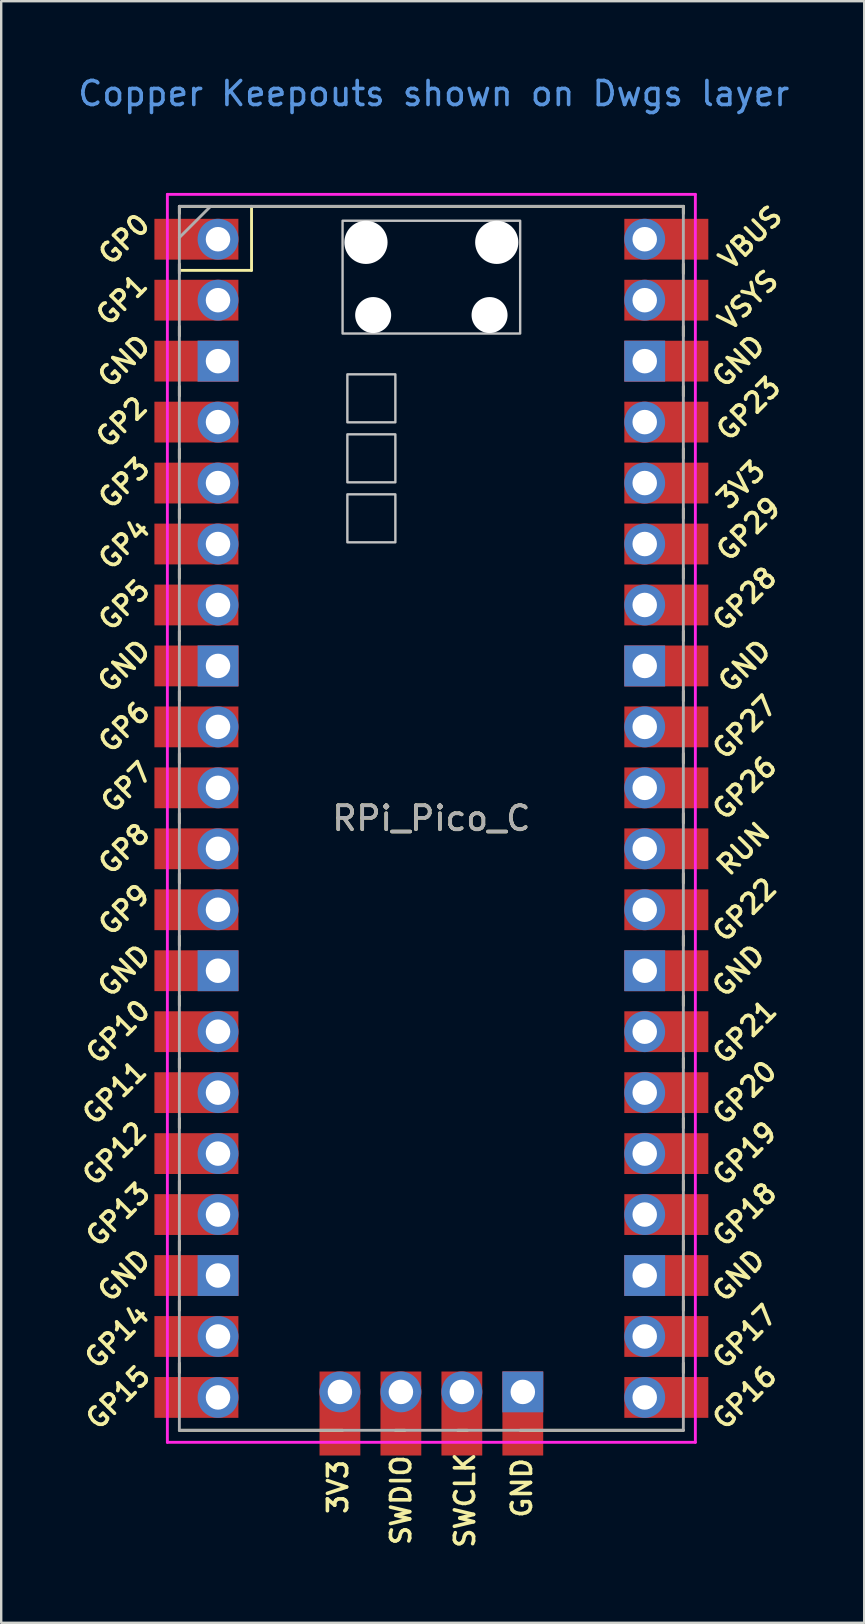
<source format=kicad_pcb>
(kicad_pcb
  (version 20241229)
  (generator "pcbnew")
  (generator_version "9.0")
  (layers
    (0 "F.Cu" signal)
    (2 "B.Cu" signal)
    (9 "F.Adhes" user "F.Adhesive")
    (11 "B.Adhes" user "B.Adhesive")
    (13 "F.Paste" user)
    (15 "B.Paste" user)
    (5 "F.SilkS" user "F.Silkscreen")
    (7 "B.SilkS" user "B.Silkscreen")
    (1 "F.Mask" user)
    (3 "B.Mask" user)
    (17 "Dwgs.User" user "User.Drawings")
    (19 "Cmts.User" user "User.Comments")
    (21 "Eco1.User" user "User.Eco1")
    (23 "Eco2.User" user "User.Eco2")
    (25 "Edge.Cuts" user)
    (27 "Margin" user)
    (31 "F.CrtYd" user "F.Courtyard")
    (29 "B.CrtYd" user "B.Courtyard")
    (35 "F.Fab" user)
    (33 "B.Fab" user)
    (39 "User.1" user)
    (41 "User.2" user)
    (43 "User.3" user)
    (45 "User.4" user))
  (footprint "RPi_Pico_C"
    (layer "F.Cu")
    (at 14.924 31.048)
    (property "Reference" "RPi_Pico_C" (at 0 0 0) (layer "F.SilkS") (effects (font (size 1 1) (thickness 0.15))))
    (attr through_hole)
    (fp_line (start -10.5 -25.5) (end -10.5 -25.2) (stroke (width 0.12) (type solid)) (layer "F.SilkS"))
    (fp_line (start -10.5 -25.5) (end 10.5 -25.5) (stroke (width 0.12) (type solid)) (layer "F.SilkS"))
    (fp_line (start -10.5 -23.1) (end -10.5 -22.7) (stroke (width 0.12) (type solid)) (layer "F.SilkS"))
    (fp_line (start -10.5 -22.833) (end -7.493 -22.833) (stroke (width 0.12) (type solid)) (layer "F.SilkS"))
    (fp_line (start -10.5 -20.5) (end -10.5 -20.1) (stroke (width 0.12) (type solid)) (layer "F.SilkS"))
    (fp_line (start -10.5 -18) (end -10.5 -17.6) (stroke (width 0.12) (type solid)) (layer "F.SilkS"))
    (fp_line (start -10.5 -15.4) (end -10.5 -15) (stroke (width 0.12) (type solid)) (layer "F.SilkS"))
    (fp_line (start -10.5 -12.9) (end -10.5 -12.5) (stroke (width 0.12) (type solid)) (layer "F.SilkS"))
    (fp_line (start -10.5 -10.4) (end -10.5 -10) (stroke (width 0.12) (type solid)) (layer "F.SilkS"))
    (fp_line (start -10.5 -7.8) (end -10.5 -7.4) (stroke (width 0.12) (type solid)) (layer "F.SilkS"))
    (fp_line (start -10.5 -5.3) (end -10.5 -4.9) (stroke (width 0.12) (type solid)) (layer "F.SilkS"))
    (fp_line (start -10.5 -2.7) (end -10.5 -2.3) (stroke (width 0.12) (type solid)) (layer "F.SilkS"))
    (fp_line (start -10.5 -0.2) (end -10.5 0.2) (stroke (width 0.12) (type solid)) (layer "F.SilkS"))
    (fp_line (start -10.5 2.3) (end -10.5 2.7) (stroke (width 0.12) (type solid)) (layer "F.SilkS"))
    (fp_line (start -10.5 4.9) (end -10.5 5.3) (stroke (width 0.12) (type solid)) (layer "F.SilkS"))
    (fp_line (start -10.5 7.4) (end -10.5 7.8) (stroke (width 0.12) (type solid)) (layer "F.SilkS"))
    (fp_line (start -10.5 10) (end -10.5 10.4) (stroke (width 0.12) (type solid)) (layer "F.SilkS"))
    (fp_line (start -10.5 12.5) (end -10.5 12.9) (stroke (width 0.12) (type solid)) (layer "F.SilkS"))
    (fp_line (start -10.5 15.1) (end -10.5 15.5) (stroke (width 0.12) (type solid)) (layer "F.SilkS"))
    (fp_line (start -10.5 17.6) (end -10.5 18) (stroke (width 0.12) (type solid)) (layer "F.SilkS"))
    (fp_line (start -10.5 20.1) (end -10.5 20.5) (stroke (width 0.12) (type solid)) (layer "F.SilkS"))
    (fp_line (start -10.5 22.7) (end -10.5 23.1) (stroke (width 0.12) (type solid)) (layer "F.SilkS"))
    (fp_line (start -7.493 -22.833) (end -7.493 -25.5) (stroke (width 0.12) (type solid)) (layer "F.SilkS"))
    (fp_line (start -3.7 25.5) (end -10.5 25.5) (stroke (width 0.12) (type solid)) (layer "F.SilkS"))
    (fp_line (start -1.5 25.5) (end -1.1 25.5) (stroke (width 0.12) (type solid)) (layer "F.SilkS"))
    (fp_line (start 1.1 25.5) (end 1.5 25.5) (stroke (width 0.12) (type solid)) (layer "F.SilkS"))
    (fp_line (start 10.5 -25.5) (end 10.5 -25.2) (stroke (width 0.12) (type solid)) (layer "F.SilkS"))
    (fp_line (start 10.5 -23.1) (end 10.5 -22.7) (stroke (width 0.12) (type solid)) (layer "F.SilkS"))
    (fp_line (start 10.5 -20.5) (end 10.5 -20.1) (stroke (width 0.12) (type solid)) (layer "F.SilkS"))
    (fp_line (start 10.5 -18) (end 10.5 -17.6) (stroke (width 0.12) (type solid)) (layer "F.SilkS"))
    (fp_line (start 10.5 -15.4) (end 10.5 -15) (stroke (width 0.12) (type solid)) (layer "F.SilkS"))
    (fp_line (start 10.5 -12.9) (end 10.5 -12.5) (stroke (width 0.12) (type solid)) (layer "F.SilkS"))
    (fp_line (start 10.5 -10.4) (end 10.5 -10) (stroke (width 0.12) (type solid)) (layer "F.SilkS"))
    (fp_line (start 10.5 -7.8) (end 10.5 -7.4) (stroke (width 0.12) (type solid)) (layer "F.SilkS"))
    (fp_line (start 10.5 -5.3) (end 10.5 -4.9) (stroke (width 0.12) (type solid)) (layer "F.SilkS"))
    (fp_line (start 10.5 -2.7) (end 10.5 -2.3) (stroke (width 0.12) (type solid)) (layer "F.SilkS"))
    (fp_line (start 10.5 -0.2) (end 10.5 0.2) (stroke (width 0.12) (type solid)) (layer "F.SilkS"))
    (fp_line (start 10.5 2.3) (end 10.5 2.7) (stroke (width 0.12) (type solid)) (layer "F.SilkS"))
    (fp_line (start 10.5 4.9) (end 10.5 5.3) (stroke (width 0.12) (type solid)) (layer "F.SilkS"))
    (fp_line (start 10.5 7.4) (end 10.5 7.8) (stroke (width 0.12) (type solid)) (layer "F.SilkS"))
    (fp_line (start 10.5 10) (end 10.5 10.4) (stroke (width 0.12) (type solid)) (layer "F.SilkS"))
    (fp_line (start 10.5 12.5) (end 10.5 12.9) (stroke (width 0.12) (type solid)) (layer "F.SilkS"))
    (fp_line (start 10.5 15.1) (end 10.5 15.5) (stroke (width 0.12) (type solid)) (layer "F.SilkS"))
    (fp_line (start 10.5 17.6) (end 10.5 18) (stroke (width 0.12) (type solid)) (layer "F.SilkS"))
    (fp_line (start 10.5 20.1) (end 10.5 20.5) (stroke (width 0.12) (type solid)) (layer "F.SilkS"))
    (fp_line (start 10.5 22.7) (end 10.5 23.1) (stroke (width 0.12) (type solid)) (layer "F.SilkS"))
    (fp_line (start 10.5 25.5) (end 3.7 25.5) (stroke (width 0.12) (type solid)) (layer "F.SilkS"))
    (fp_poly (pts (xy -1.5 -16.5) (xy -3.5 -16.5) (xy -3.5 -18.5) (xy -1.5 -18.5)) (stroke (width 0.1) (type solid)) (fill no) (layer "Dwgs.User"))
    (fp_poly (pts (xy -1.5 -14) (xy -3.5 -14) (xy -3.5 -16) (xy -1.5 -16)) (stroke (width 0.1) (type solid)) (fill no) (layer "Dwgs.User"))
    (fp_poly (pts (xy -1.5 -11.5) (xy -3.5 -11.5) (xy -3.5 -13.5) (xy -1.5 -13.5)) (stroke (width 0.1) (type solid)) (fill no) (layer "Dwgs.User"))
    (fp_poly (pts (xy 3.7 -20.2) (xy -3.7 -20.2) (xy -3.7 -24.9) (xy 3.7 -24.9)) (stroke (width 0.1) (type solid)) (fill no) (layer "Dwgs.User"))
    (fp_line (start -11 -26) (end 11 -26) (stroke (width 0.12) (type solid)) (layer "F.CrtYd"))
    (fp_line (start -11 26) (end -11 -26) (stroke (width 0.12) (type solid)) (layer "F.CrtYd"))
    (fp_line (start 11 -26) (end 11 26) (stroke (width 0.12) (type solid)) (layer "F.CrtYd"))
    (fp_line (start 11 26) (end -11 26) (stroke (width 0.12) (type solid)) (layer "F.CrtYd"))
    (fp_line (start -10.5 -25.5) (end 10.5 -25.5) (stroke (width 0.12) (type solid)) (layer "F.Fab"))
    (fp_line (start -10.5 -24.2) (end -9.2 -25.5) (stroke (width 0.12) (type solid)) (layer "F.Fab"))
    (fp_line (start -10.5 25.5) (end -10.5 -25.5) (stroke (width 0.12) (type solid)) (layer "F.Fab"))
    (fp_line (start 10.5 -25.5) (end 10.5 25.5) (stroke (width 0.12) (type solid)) (layer "F.Fab"))
    (fp_line (start 10.5 25.5) (end -10.5 25.5) (stroke (width 0.12) (type solid)) (layer "F.Fab"))
    (fp_text user "GP0" (at -12.8 -24.13 45) (layer "F.SilkS") (effects (font (size 0.8 0.8) (thickness 0.15))))
    (fp_text user "GP16" (at 13.054 24.13 45) (layer "F.SilkS") (effects (font (size 0.8 0.8) (thickness 0.15))))
    (fp_text user "SWDIO" (at -1.266 28.413 270) (layer "F.SilkS") (effects (font (size 0.8 0.8) (thickness 0.15))))
    (fp_text user "GP23" (at 13.216 -17.074 45) (layer "F.SilkS") (effects (font (size 0.8 0.8) (thickness 0.15))))
    (fp_text user "RUN" (at 13 1.27 45) (layer "F.SilkS") (effects (font (size 0.8 0.8) (thickness 0.15))))
    (fp_text user "VSYS" (at 13.2 -21.59 45) (layer "F.SilkS") (effects (font (size 0.8 0.8) (thickness 0.15))))
    (fp_text user "GP4" (at -12.8 -11.43 45) (layer "F.SilkS") (effects (font (size 0.8 0.8) (thickness 0.15))))
    (fp_text user "GP21" (at 13.054 8.9 45) (layer "F.SilkS") (effects (font (size 0.8 0.8) (thickness 0.15))))
    (fp_text user "VBUS" (at 13.3 -24.2 45) (layer "F.SilkS") (effects (font (size 0.8 0.8) (thickness 0.15))))
    (fp_text user "GP15" (at -13.054 24.13 45) (layer "F.SilkS") (effects (font (size 0.8 0.8) (thickness 0.15))))
    (fp_text user "3V3" (at -3.894 27.86 90) (layer "F.SilkS") (effects (font (size 0.8 0.8) (thickness 0.15))))
    (fp_text user "GP2" (at -12.9 -16.51 45) (layer "F.SilkS") (effects (font (size 0.8 0.8) (thickness 0.15))))
    (fp_text user "GND" (at -12.8 19.05 45) (layer "F.SilkS") (effects (font (size 0.8 0.8) (thickness 0.15))))
    (fp_text user "3V3" (at 12.9 -13.9 45) (layer "F.SilkS") (effects (font (size 0.8 0.8) (thickness 0.15))))
    (fp_text user "GP6" (at -12.8 -3.81 45) (layer "F.SilkS") (effects (font (size 0.8 0.8) (thickness 0.15))))
    (fp_text user "GND" (at -12.8 -19.05 45) (layer "F.SilkS") (effects (font (size 0.8 0.8) (thickness 0.15))))
    (fp_text user "GND" (at 12.8 -19.05 45) (layer "F.SilkS") (effects (font (size 0.8 0.8) (thickness 0.15))))
    (fp_text user "GP26" (at 13.054 -1.27 45) (layer "F.SilkS") (effects (font (size 0.8 0.8) (thickness 0.15))))
    (fp_text user "GP1" (at -12.9 -21.6 45) (layer "F.SilkS") (effects (font (size 0.8 0.8) (thickness 0.15))))
    (fp_text user "GP14" (at -13.1 21.59 45) (layer "F.SilkS") (effects (font (size 0.8 0.8) (thickness 0.15))))
    (fp_text user "GP22" (at 13.054 3.81 45) (layer "F.SilkS") (effects (font (size 0.8 0.8) (thickness 0.15))))
    (fp_text user "GP20" (at 13.054 11.43 45) (layer "F.SilkS") (effects (font (size 0.8 0.8) (thickness 0.15))))
    (fp_text user "GND" (at 12.8 6.35 45) (layer "F.SilkS") (effects (font (size 0.8 0.8) (thickness 0.15))))
    (fp_text user "GP11" (at -13.2 11.43 45) (layer "F.SilkS") (effects (font (size 0.8 0.8) (thickness 0.15))))
    (fp_text user "GP17" (at 13.054 21.59 45) (layer "F.SilkS") (effects (font (size 0.8 0.8) (thickness 0.15))))
    (fp_text user "GP19" (at 13.054 13.97 45) (layer "F.SilkS") (effects (font (size 0.8 0.8) (thickness 0.15))))
    (fp_text user "GP28" (at 13.054 -9.144 45) (layer "F.SilkS") (effects (font (size 0.8 0.8) (thickness 0.15))))
    (fp_text user "GND" (at 13.054 -6.35 45) (layer "F.SilkS") (effects (font (size 0.8 0.8) (thickness 0.15))))
    (fp_text user "GP27" (at 13.054 -3.8 45) (layer "F.SilkS") (effects (font (size 0.8 0.8) (thickness 0.15))))
    (fp_text user "GND" (at -12.8 6.35 45) (layer "F.SilkS") (effects (font (size 0.8 0.8) (thickness 0.15))))
    (fp_text user "GP8" (at -12.8 1.27 45) (layer "F.SilkS") (effects (font (size 0.8 0.8) (thickness 0.15))))
    (fp_text user "SWCLK" (at 1.396 28.413 90) (layer "F.SilkS") (effects (font (size 0.8 0.8) (thickness 0.15))))
    (fp_text user "GP13" (at -13.054 16.51 45) (layer "F.SilkS") (effects (font (size 0.8 0.8) (thickness 0.15))))
    (fp_text user "GP12" (at -13.2 13.97 45) (layer "F.SilkS") (effects (font (size 0.8 0.8) (thickness 0.15))))
    (fp_text user "GP3" (at -12.8 -13.97 45) (layer "F.SilkS") (effects (font (size 0.8 0.8) (thickness 0.15))))
    (fp_text user "GP7" (at -12.7 -1.3 45) (layer "F.SilkS") (effects (font (size 0.8 0.8) (thickness 0.15))))
    (fp_text user "GND" (at 12.8 19.05 45) (layer "F.SilkS") (effects (font (size 0.8 0.8) (thickness 0.15))))
    (fp_text user "GP9" (at -12.8 3.81 45) (layer "F.SilkS") (effects (font (size 0.8 0.8) (thickness 0.15))))
    (fp_text user "GP18" (at 13.054 16.51 45) (layer "F.SilkS") (effects (font (size 0.8 0.8) (thickness 0.15))))
    (fp_text user "GP10" (at -13.054 8.89 45) (layer "F.SilkS") (effects (font (size 0.8 0.8) (thickness 0.15))))
    (fp_text user "GND" (at -12.8 -6.35 45) (layer "F.SilkS") (effects (font (size 0.8 0.8) (thickness 0.15))))
    (fp_text user "GP5" (at -12.8 -8.89 45) (layer "F.SilkS") (effects (font (size 0.8 0.8) (thickness 0.15))))
    (fp_text user "GND" (at 3.768 27.902 90) (layer "F.SilkS") (effects (font (size 0.8 0.8) (thickness 0.15))))
    (fp_text user "GP29" (at 13.216 -12.053 45) (layer "F.SilkS") (effects (font (size 0.8 0.8) (thickness 0.15))))
    (fp_text user "Copper Keepouts shown on Dwgs layer" (at 0.1 -30.2 0) (layer "Cmts.User") (effects (font (size 1 1) (thickness 0.15))))
    (fp_text user "${REFERENCE}" (at 0 0 180) (layer "F.Fab") (effects (font (size 1 1) (thickness 0.15))))
    (pad "" np_thru_hole oval (at -2.725 -24) (size 1.8 1.8) (drill 1.8) (layers "*.Cu" "*.Mask"))
    (pad "" np_thru_hole oval (at -2.425 -20.97) (size 1.5 1.5) (drill 1.5) (layers "*.Cu" "*.Mask"))
    (pad "" np_thru_hole oval (at 2.425 -20.97) (size 1.5 1.5) (drill 1.5) (layers "*.Cu" "*.Mask"))
    (pad "" np_thru_hole oval (at 2.725 -24) (size 1.8 1.8) (drill 1.8) (layers "*.Cu" "*.Mask"))
    (pad "1" thru_hole oval (at -8.89 -24.13) (size 1.7 1.7) (drill 1.02) (layers "*.Cu" "*.Mask"))
    (pad "1" smd rect (at -8.89 -24.13) (size 3.5 1.7) (drill (offset -0.9 0)) (layers "F.Cu" "F.Mask"))
    (pad "2" thru_hole oval (at -8.89 -21.59) (size 1.7 1.7) (drill 1.02) (layers "*.Cu" "*.Mask"))
    (pad "2" smd rect (at -8.89 -21.59) (size 3.5 1.7) (drill (offset -0.9 0)) (layers "F.Cu" "F.Mask"))
    (pad "3" thru_hole rect (at -8.89 -19.05) (size 1.7 1.7) (drill 1.02) (layers "*.Cu" "*.Mask"))
    (pad "3" smd rect (at -8.89 -19.05) (size 3.5 1.7) (drill (offset -0.9 0)) (layers "F.Cu" "F.Mask"))
    (pad "4" thru_hole oval (at -8.89 -16.51) (size 1.7 1.7) (drill 1.02) (layers "*.Cu" "*.Mask"))
    (pad "4" smd rect (at -8.89 -16.51) (size 3.5 1.7) (drill (offset -0.9 0)) (layers "F.Cu" "F.Mask"))
    (pad "5" thru_hole oval (at -8.89 -13.97) (size 1.7 1.7) (drill 1.02) (layers "*.Cu" "*.Mask"))
    (pad "5" smd rect (at -8.89 -13.97) (size 3.5 1.7) (drill (offset -0.9 0)) (layers "F.Cu" "F.Mask"))
    (pad "6" thru_hole oval (at -8.89 -11.43) (size 1.7 1.7) (drill 1.02) (layers "*.Cu" "*.Mask"))
    (pad "6" smd rect (at -8.89 -11.43) (size 3.5 1.7) (drill (offset -0.9 0)) (layers "F.Cu" "F.Mask"))
    (pad "7" thru_hole oval (at -8.89 -8.89) (size 1.7 1.7) (drill 1.02) (layers "*.Cu" "*.Mask"))
    (pad "7" smd rect (at -8.89 -8.89) (size 3.5 1.7) (drill (offset -0.9 0)) (layers "F.Cu" "F.Mask"))
    (pad "8" thru_hole rect (at -8.89 -6.35) (size 1.7 1.7) (drill 1.02) (layers "*.Cu" "*.Mask"))
    (pad "8" smd rect (at -8.89 -6.35) (size 3.5 1.7) (drill (offset -0.9 0)) (layers "F.Cu" "F.Mask"))
    (pad "9" thru_hole oval (at -8.89 -3.81) (size 1.7 1.7) (drill 1.02) (layers "*.Cu" "*.Mask"))
    (pad "9" smd rect (at -8.89 -3.81) (size 3.5 1.7) (drill (offset -0.9 0)) (layers "F.Cu" "F.Mask"))
    (pad "10" thru_hole oval (at -8.89 -1.27) (size 1.7 1.7) (drill 1.02) (layers "*.Cu" "*.Mask"))
    (pad "10" smd rect (at -8.89 -1.27) (size 3.5 1.7) (drill (offset -0.9 0)) (layers "F.Cu" "F.Mask"))
    (pad "11" thru_hole oval (at -8.89 1.27) (size 1.7 1.7) (drill 1.02) (layers "*.Cu" "*.Mask"))
    (pad "11" smd rect (at -8.89 1.27) (size 3.5 1.7) (drill (offset -0.9 0)) (layers "F.Cu" "F.Mask"))
    (pad "12" thru_hole oval (at -8.89 3.81) (size 1.7 1.7) (drill 1.02) (layers "*.Cu" "*.Mask"))
    (pad "12" smd rect (at -8.89 3.81) (size 3.5 1.7) (drill (offset -0.9 0)) (layers "F.Cu" "F.Mask"))
    (pad "13" thru_hole rect (at -8.89 6.35) (size 1.7 1.7) (drill 1.02) (layers "*.Cu" "*.Mask"))
    (pad "13" smd rect (at -8.89 6.35) (size 3.5 1.7) (drill (offset -0.9 0)) (layers "F.Cu" "F.Mask"))
    (pad "14" thru_hole oval (at -8.89 8.89) (size 1.7 1.7) (drill 1.02) (layers "*.Cu" "*.Mask"))
    (pad "14" smd rect (at -8.89 8.89) (size 3.5 1.7) (drill (offset -0.9 0)) (layers "F.Cu" "F.Mask"))
    (pad "15" thru_hole oval (at -8.89 11.43) (size 1.7 1.7) (drill 1.02) (layers "*.Cu" "*.Mask"))
    (pad "15" smd rect (at -8.89 11.43) (size 3.5 1.7) (drill (offset -0.9 0)) (layers "F.Cu" "F.Mask"))
    (pad "16" thru_hole oval (at -8.89 13.97) (size 1.7 1.7) (drill 1.02) (layers "*.Cu" "*.Mask"))
    (pad "16" smd rect (at -8.89 13.97) (size 3.5 1.7) (drill (offset -0.9 0)) (layers "F.Cu" "F.Mask"))
    (pad "17" thru_hole oval (at -8.89 16.51) (size 1.7 1.7) (drill 1.02) (layers "*.Cu" "*.Mask"))
    (pad "17" smd rect (at -8.89 16.51) (size 3.5 1.7) (drill (offset -0.9 0)) (layers "F.Cu" "F.Mask"))
    (pad "18" thru_hole rect (at -8.89 19.05) (size 1.7 1.7) (drill 1.02) (layers "*.Cu" "*.Mask"))
    (pad "18" smd rect (at -8.89 19.05) (size 3.5 1.7) (drill (offset -0.9 0)) (layers "F.Cu" "F.Mask"))
    (pad "19" thru_hole oval (at -8.89 21.59) (size 1.7 1.7) (drill 1.02) (layers "*.Cu" "*.Mask"))
    (pad "19" smd rect (at -8.89 21.59) (size 3.5 1.7) (drill (offset -0.9 0)) (layers "F.Cu" "F.Mask"))
    (pad "20" thru_hole oval (at -8.89 24.13) (size 1.7 1.7) (drill 1.02) (layers "*.Cu" "*.Mask"))
    (pad "20" smd rect (at -8.89 24.13) (size 3.5 1.7) (drill (offset -0.9 0)) (layers "F.Cu" "F.Mask"))
    (pad "21" thru_hole oval (at 8.89 24.13) (size 1.7 1.7) (drill 1.02) (layers "*.Cu" "*.Mask"))
    (pad "21" smd rect (at 8.89 24.13) (size 3.5 1.7) (drill (offset 0.9 0)) (layers "F.Cu" "F.Mask"))
    (pad "22" thru_hole oval (at 8.89 21.59) (size 1.7 1.7) (drill 1.02) (layers "*.Cu" "*.Mask"))
    (pad "22" smd rect (at 8.89 21.59) (size 3.5 1.7) (drill (offset 0.9 0)) (layers "F.Cu" "F.Mask"))
    (pad "23" thru_hole rect (at 8.89 19.05) (size 1.7 1.7) (drill 1.02) (layers "*.Cu" "*.Mask"))
    (pad "23" smd rect (at 8.89 19.05) (size 3.5 1.7) (drill (offset 0.9 0)) (layers "F.Cu" "F.Mask"))
    (pad "24" thru_hole oval (at 8.89 16.51) (size 1.7 1.7) (drill 1.02) (layers "*.Cu" "*.Mask"))
    (pad "24" smd rect (at 8.89 16.51) (size 3.5 1.7) (drill (offset 0.9 0)) (layers "F.Cu" "F.Mask"))
    (pad "25" thru_hole oval (at 8.89 13.97) (size 1.7 1.7) (drill 1.02) (layers "*.Cu" "*.Mask"))
    (pad "25" smd rect (at 8.89 13.97) (size 3.5 1.7) (drill (offset 0.9 0)) (layers "F.Cu" "F.Mask"))
    (pad "26" thru_hole oval (at 8.89 11.43) (size 1.7 1.7) (drill 1.02) (layers "*.Cu" "*.Mask"))
    (pad "26" smd rect (at 8.89 11.43) (size 3.5 1.7) (drill (offset 0.9 0)) (layers "F.Cu" "F.Mask"))
    (pad "27" thru_hole oval (at 8.89 8.89) (size 1.7 1.7) (drill 1.02) (layers "*.Cu" "*.Mask"))
    (pad "27" smd rect (at 8.89 8.89) (size 3.5 1.7) (drill (offset 0.9 0)) (layers "F.Cu" "F.Mask"))
    (pad "28" thru_hole rect (at 8.89 6.35) (size 1.7 1.7) (drill 1.02) (layers "*.Cu" "*.Mask"))
    (pad "28" smd rect (at 8.89 6.35) (size 3.5 1.7) (drill (offset 0.9 0)) (layers "F.Cu" "F.Mask"))
    (pad "29" thru_hole oval (at 8.89 3.81) (size 1.7 1.7) (drill 1.02) (layers "*.Cu" "*.Mask"))
    (pad "29" smd rect (at 8.89 3.81) (size 3.5 1.7) (drill (offset 0.9 0)) (layers "F.Cu" "F.Mask"))
    (pad "30" thru_hole oval (at 8.89 1.27) (size 1.7 1.7) (drill 1.02) (layers "*.Cu" "*.Mask"))
    (pad "30" smd rect (at 8.89 1.27) (size 3.5 1.7) (drill (offset 0.9 0)) (layers "F.Cu" "F.Mask"))
    (pad "31" thru_hole oval (at 8.89 -1.27) (size 1.7 1.7) (drill 1.02) (layers "*.Cu" "*.Mask"))
    (pad "31" smd rect (at 8.89 -1.27) (size 3.5 1.7) (drill (offset 0.9 0)) (layers "F.Cu" "F.Mask"))
    (pad "32" thru_hole oval (at 8.89 -3.81) (size 1.7 1.7) (drill 1.02) (layers "*.Cu" "*.Mask"))
    (pad "32" smd rect (at 8.89 -3.81) (size 3.5 1.7) (drill (offset 0.9 0)) (layers "F.Cu" "F.Mask"))
    (pad "33" thru_hole rect (at 8.89 -6.35) (size 1.7 1.7) (drill 1.02) (layers "*.Cu" "*.Mask"))
    (pad "33" smd rect (at 8.89 -6.35) (size 3.5 1.7) (drill (offset 0.9 0)) (layers "F.Cu" "F.Mask"))
    (pad "34" thru_hole oval (at 8.89 -8.89) (size 1.7 1.7) (drill 1.02) (layers "*.Cu" "*.Mask"))
    (pad "34" smd rect (at 8.89 -8.89) (size 3.5 1.7) (drill (offset 0.9 0)) (layers "F.Cu" "F.Mask"))
    (pad "35" thru_hole oval (at 8.89 -11.43) (size 1.7 1.7) (drill 1.02) (layers "*.Cu" "*.Mask"))
    (pad "35" smd rect (at 8.89 -11.43) (size 3.5 1.7) (drill (offset 0.9 0)) (layers "F.Cu" "F.Mask"))
    (pad "36" thru_hole oval (at 8.89 -13.97) (size 1.7 1.7) (drill 1.02) (layers "*.Cu" "*.Mask"))
    (pad "36" smd rect (at 8.89 -13.97) (size 3.5 1.7) (drill (offset 0.9 0)) (layers "F.Cu" "F.Mask"))
    (pad "37" thru_hole oval (at 8.89 -16.51) (size 1.7 1.7) (drill 1.02) (layers "*.Cu" "*.Mask"))
    (pad "37" smd rect (at 8.89 -16.51) (size 3.5 1.7) (drill (offset 0.9 0)) (layers "F.Cu" "F.Mask"))
    (pad "38" thru_hole rect (at 8.89 -19.05) (size 1.7 1.7) (drill 1.02) (layers "*.Cu" "*.Mask"))
    (pad "38" smd rect (at 8.89 -19.05) (size 3.5 1.7) (drill (offset 0.9 0)) (layers "F.Cu" "F.Mask"))
    (pad "39" thru_hole oval (at 8.89 -21.59) (size 1.7 1.7) (drill 1.02) (layers "*.Cu" "*.Mask"))
    (pad "39" smd rect (at 8.89 -21.59) (size 3.5 1.7) (drill (offset 0.9 0)) (layers "F.Cu" "F.Mask"))
    (pad "40" thru_hole oval (at 8.89 -24.13) (size 1.7 1.7) (drill 1.02) (layers "*.Cu" "*.Mask"))
    (pad "40" smd rect (at 8.89 -24.13) (size 3.5 1.7) (drill (offset 0.9 0)) (layers "F.Cu" "F.Mask"))
    (pad "41" thru_hole oval (at 1.27 23.9) (size 1.7 1.7) (drill 1.02) (layers "*.Cu" "*.Mask"))
    (pad "41" smd rect (at 1.27 23.9 90) (size 3.5 1.7) (drill (offset -0.9 0)) (layers "F.Cu" "F.Mask"))
    (pad "42" thru_hole rect (at 3.81 23.9) (size 1.7 1.7) (drill 1.02) (layers "*.Cu" "*.Mask"))
    (pad "42" smd rect (at 3.81 23.9 90) (size 3.5 1.7) (drill (offset -0.9 0)) (layers "F.Cu" "F.Mask"))
    (pad "43" thru_hole oval (at -1.27 23.9) (size 1.7 1.7) (drill 1.02) (layers "*.Cu" "*.Mask"))
    (pad "43" smd rect (at -1.27 23.9 90) (size 3.5 1.7) (drill (offset -0.9 0)) (layers "F.Cu" "F.Mask"))
    (pad "44" thru_hole oval (at -3.81 23.9) (size 1.7 1.7) (drill 1.02) (layers "*.Cu" "*.Mask"))
    (pad "44" smd rect (at -3.81 23.9 90) (size 3.5 1.7) (drill (offset -0.9 0)) (layers "F.Cu" "F.Mask")))
  (gr_rect
    (start -3 -3)
    (end 32.959 64.568)
    (stroke (width 0.1) (type default))
    (fill no)
    (layer "Edge.Cuts")))
</source>
